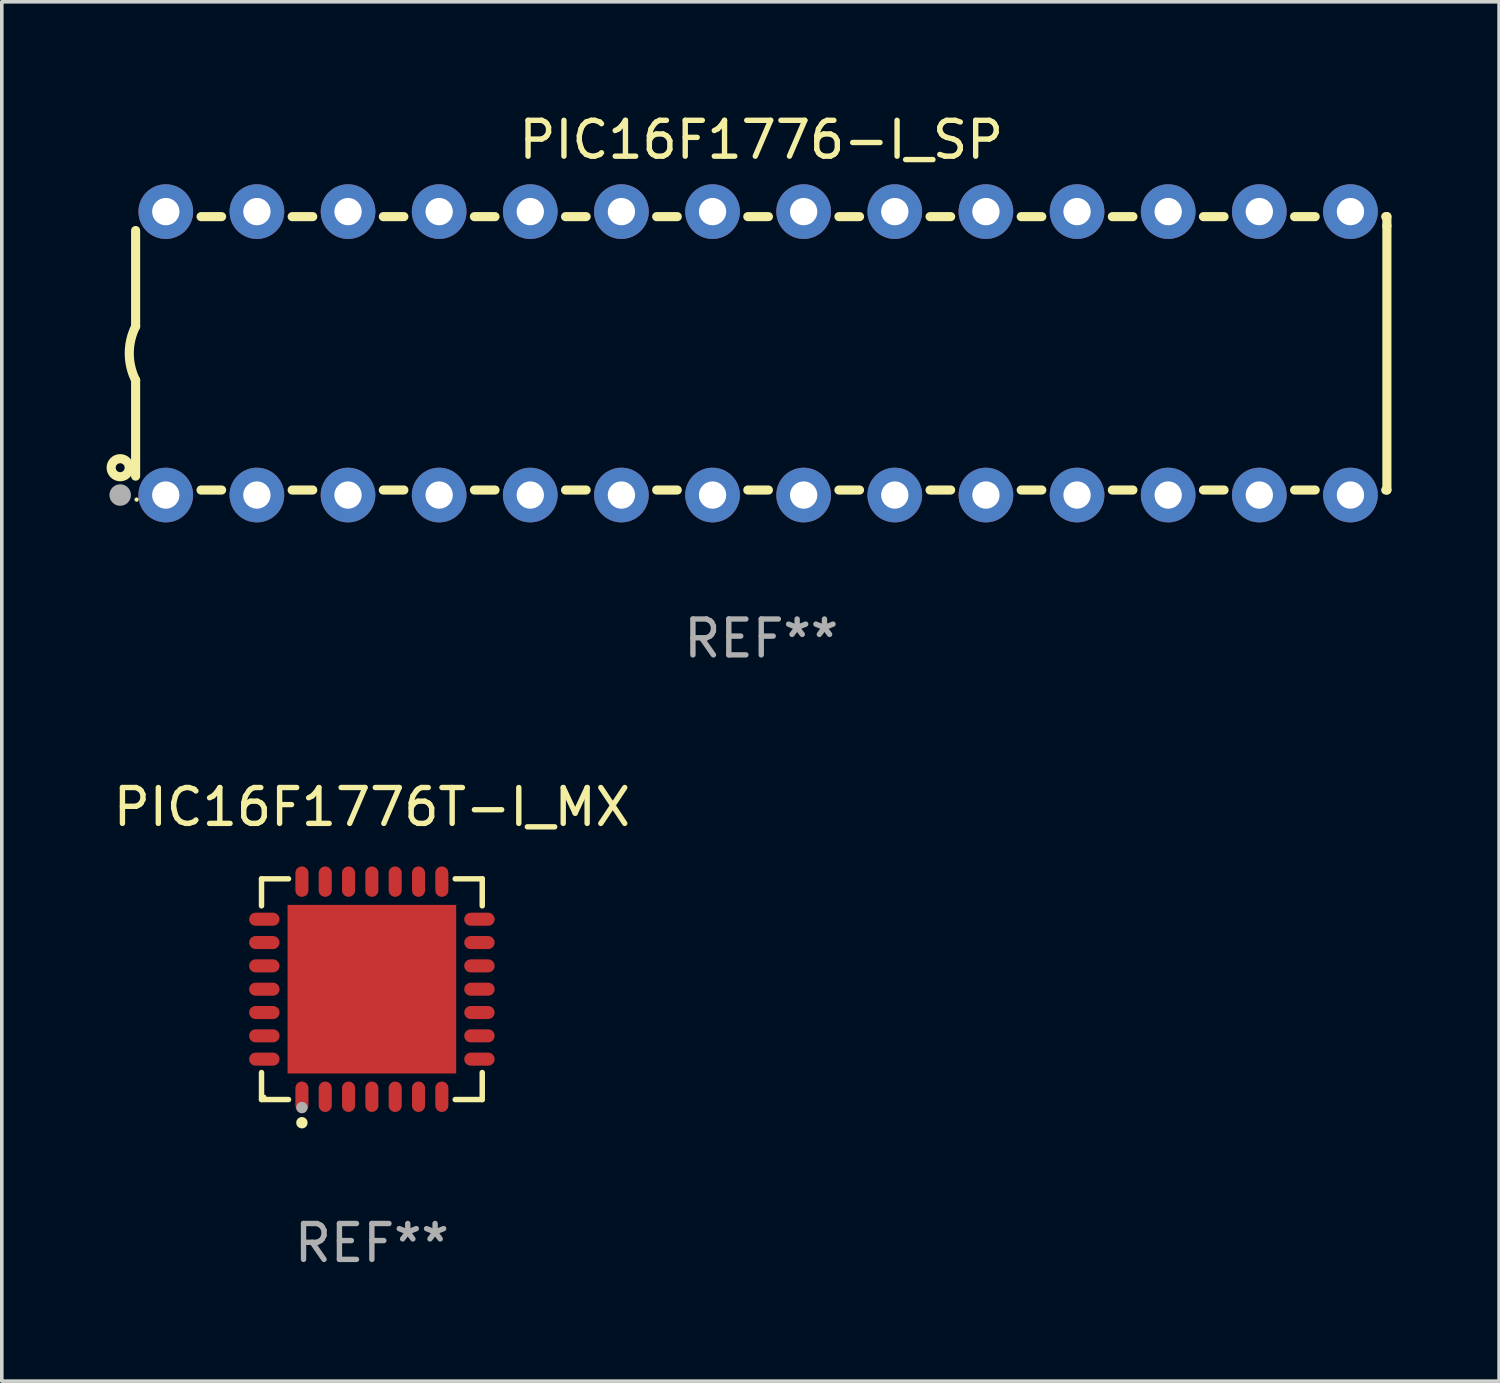
<source format=kicad_pcb>
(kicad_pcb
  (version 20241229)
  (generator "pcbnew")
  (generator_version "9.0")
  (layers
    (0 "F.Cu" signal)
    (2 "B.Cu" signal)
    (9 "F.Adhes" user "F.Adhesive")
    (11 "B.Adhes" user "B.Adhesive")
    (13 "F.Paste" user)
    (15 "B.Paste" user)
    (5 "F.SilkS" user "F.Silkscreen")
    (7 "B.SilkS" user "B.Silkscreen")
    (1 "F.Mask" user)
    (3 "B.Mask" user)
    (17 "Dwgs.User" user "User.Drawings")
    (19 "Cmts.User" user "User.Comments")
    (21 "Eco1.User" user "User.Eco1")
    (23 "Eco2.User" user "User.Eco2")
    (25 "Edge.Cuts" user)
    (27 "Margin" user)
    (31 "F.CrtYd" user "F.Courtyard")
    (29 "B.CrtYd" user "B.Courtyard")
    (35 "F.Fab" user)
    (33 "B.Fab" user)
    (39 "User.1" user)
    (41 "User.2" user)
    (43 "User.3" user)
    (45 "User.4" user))
  (footprint "PIC16F1776T-I_MX"
    (layer "F.Cu")
    (at 7.315 24.521)
    (property "Reference" "PIC16F1776T-I_MX" (at 0 -5.076 0) (layer "F.SilkS") (effects (font (size 1 1) (thickness 0.15))))
    (attr through_hole)
    (fp_line (start -3.076 -3.076) (end -2.323 -3.076) (stroke (width 0.152) (type solid)) (layer "F.SilkS"))
    (fp_line (start -3.076 -2.323) (end -3.076 -3.076) (stroke (width 0.152) (type solid)) (layer "F.SilkS"))
    (fp_line (start -3.076 2.323) (end -3.076 3.076) (stroke (width 0.152) (type solid)) (layer "F.SilkS"))
    (fp_line (start -3.076 3.076) (end -2.323 3.076) (stroke (width 0.152) (type solid)) (layer "F.SilkS"))
    (fp_line (start 3.076 -3.076) (end 2.323 -3.076) (stroke (width 0.152) (type solid)) (layer "F.SilkS"))
    (fp_line (start 3.076 -2.323) (end 3.076 -3.076) (stroke (width 0.152) (type solid)) (layer "F.SilkS"))
    (fp_line (start 3.076 2.323) (end 3.076 3.076) (stroke (width 0.152) (type solid)) (layer "F.SilkS"))
    (fp_line (start 3.076 3.076) (end 2.323 3.076) (stroke (width 0.152) (type solid)) (layer "F.SilkS"))
    (fp_circle (center -3 3) (end -2.97 3) (stroke (width 0.06) (type solid)) (fill no) (layer "F.SilkS"))
    (fp_circle (center -1.95 3.722) (end -1.87 3.722) (stroke (width 0.16) (type solid)) (fill no) (layer "F.SilkS"))
    (fp_circle (center -1.95 3.3) (end -1.87 3.3) (stroke (width 0.16) (type solid)) (fill no) (layer "F.Fab"))
    (fp_text user "REF**" (at 0 7.076 0) (layer "F.Fab") (effects (font (size 1 1) (thickness 0.15))))
    (pad "1" smd oval (at -1.95 2.998) (size 0.364 0.847) (layers "F.Cu" "F.Mask" "F.Paste"))
    (pad "2" smd oval (at -1.3 2.998) (size 0.364 0.847) (layers "F.Cu" "F.Mask" "F.Paste"))
    (pad "3" smd oval (at -0.65 2.998) (size 0.364 0.847) (layers "F.Cu" "F.Mask" "F.Paste"))
    (pad "4" smd oval (at 0 2.998) (size 0.364 0.847) (layers "F.Cu" "F.Mask" "F.Paste"))
    (pad "5" smd oval (at 0.65 2.998) (size 0.364 0.847) (layers "F.Cu" "F.Mask" "F.Paste"))
    (pad "6" smd oval (at 1.3 2.998) (size 0.364 0.847) (layers "F.Cu" "F.Mask" "F.Paste"))
    (pad "7" smd oval (at 1.95 2.998) (size 0.364 0.847) (layers "F.Cu" "F.Mask" "F.Paste"))
    (pad "8" smd oval (at 2.998 1.95) (size 0.847 0.364) (layers "F.Cu" "F.Mask" "F.Paste"))
    (pad "9" smd oval (at 2.998 1.3) (size 0.847 0.364) (layers "F.Cu" "F.Mask" "F.Paste"))
    (pad "10" smd oval (at 2.998 0.65) (size 0.847 0.364) (layers "F.Cu" "F.Mask" "F.Paste"))
    (pad "11" smd oval (at 2.998 0) (size 0.847 0.364) (layers "F.Cu" "F.Mask" "F.Paste"))
    (pad "12" smd oval (at 2.998 -0.65) (size 0.847 0.364) (layers "F.Cu" "F.Mask" "F.Paste"))
    (pad "13" smd oval (at 2.998 -1.3) (size 0.847 0.364) (layers "F.Cu" "F.Mask" "F.Paste"))
    (pad "14" smd oval (at 2.998 -1.95) (size 0.847 0.364) (layers "F.Cu" "F.Mask" "F.Paste"))
    (pad "15" smd oval (at 1.95 -2.998) (size 0.364 0.847) (layers "F.Cu" "F.Mask" "F.Paste"))
    (pad "16" smd oval (at 1.3 -2.998) (size 0.364 0.847) (layers "F.Cu" "F.Mask" "F.Paste"))
    (pad "17" smd oval (at 0.65 -2.998) (size 0.364 0.847) (layers "F.Cu" "F.Mask" "F.Paste"))
    (pad "18" smd oval (at 0 -2.998) (size 0.364 0.847) (layers "F.Cu" "F.Mask" "F.Paste"))
    (pad "19" smd oval (at -0.65 -2.998) (size 0.364 0.847) (layers "F.Cu" "F.Mask" "F.Paste"))
    (pad "20" smd oval (at -1.3 -2.998) (size 0.364 0.847) (layers "F.Cu" "F.Mask" "F.Paste"))
    (pad "21" smd oval (at -1.95 -2.998) (size 0.364 0.847) (layers "F.Cu" "F.Mask" "F.Paste"))
    (pad "22" smd oval (at -2.998 -1.95) (size 0.847 0.364) (layers "F.Cu" "F.Mask" "F.Paste"))
    (pad "23" smd oval (at -2.998 -1.3) (size 0.847 0.364) (layers "F.Cu" "F.Mask" "F.Paste"))
    (pad "24" smd oval (at -2.998 -0.65) (size 0.847 0.364) (layers "F.Cu" "F.Mask" "F.Paste"))
    (pad "25" smd oval (at -2.998 0) (size 0.847 0.364) (layers "F.Cu" "F.Mask" "F.Paste"))
    (pad "26" smd oval (at -2.998 0.65) (size 0.847 0.364) (layers "F.Cu" "F.Mask" "F.Paste"))
    (pad "27" smd oval (at -2.998 1.3) (size 0.847 0.364) (layers "F.Cu" "F.Mask" "F.Paste"))
    (pad "28" smd oval (at -2.998 1.95) (size 0.847 0.364) (layers "F.Cu" "F.Mask" "F.Paste"))
    (pad "29" smd rect (at 0 0) (size 4.7 4.7) (layers "F.Cu" "F.Mask" "F.Paste")))
  (footprint "PIC16F1776-I_SP"
    (layer "F.Cu")
    (at 18.168 6.798)
    (property "Reference" "PIC16F1776-I_SP" (at 0 -5.95 0) (layer "F.SilkS") (effects (font (size 1 1) (thickness 0.15))))
    (attr through_hole)
    (fp_line (start -17.438 0.75) (end -17.438 3.423) (stroke (width 0.254) (type solid)) (layer "F.SilkS"))
    (fp_line (start -17.438 -3.423) (end -17.438 -0.75) (stroke (width 0.254) (type solid)) (layer "F.SilkS"))
    (fp_line (start -15.615 3.81) (end -15.041 3.81) (stroke (width 0.254) (type solid)) (layer "F.SilkS"))
    (fp_line (start -15.041 -3.81) (end -15.614 -3.81) (stroke (width 0.254) (type solid)) (layer "F.SilkS"))
    (fp_line (start -13.075 3.81) (end -12.501 3.81) (stroke (width 0.254) (type solid)) (layer "F.SilkS"))
    (fp_line (start -12.501 -3.81) (end -13.074 -3.81) (stroke (width 0.254) (type solid)) (layer "F.SilkS"))
    (fp_line (start -10.535 3.81) (end -9.961 3.81) (stroke (width 0.254) (type solid)) (layer "F.SilkS"))
    (fp_line (start -9.961 -3.81) (end -10.534 -3.81) (stroke (width 0.254) (type solid)) (layer "F.SilkS"))
    (fp_line (start -7.995 3.81) (end -7.421 3.81) (stroke (width 0.254) (type solid)) (layer "F.SilkS"))
    (fp_line (start -7.421 -3.81) (end -7.995 -3.81) (stroke (width 0.254) (type solid)) (layer "F.SilkS"))
    (fp_line (start -5.455 3.81) (end -4.881 3.81) (stroke (width 0.254) (type solid)) (layer "F.SilkS"))
    (fp_line (start -4.881 -3.81) (end -5.455 -3.81) (stroke (width 0.254) (type solid)) (layer "F.SilkS"))
    (fp_line (start -2.915 3.81) (end -2.341 3.81) (stroke (width 0.254) (type solid)) (layer "F.SilkS"))
    (fp_line (start -2.341 -3.81) (end -2.915 -3.81) (stroke (width 0.254) (type solid)) (layer "F.SilkS"))
    (fp_line (start -0.375 3.81) (end 0.199 3.81) (stroke (width 0.254) (type solid)) (layer "F.SilkS"))
    (fp_line (start 0.199 -3.81) (end -0.375 -3.81) (stroke (width 0.254) (type solid)) (layer "F.SilkS"))
    (fp_line (start 2.165 3.81) (end 2.739 3.81) (stroke (width 0.254) (type solid)) (layer "F.SilkS"))
    (fp_line (start 2.739 -3.81) (end 2.165 -3.81) (stroke (width 0.254) (type solid)) (layer "F.SilkS"))
    (fp_line (start 4.705 3.81) (end 5.279 3.81) (stroke (width 0.254) (type solid)) (layer "F.SilkS"))
    (fp_line (start 5.279 -3.81) (end 4.705 -3.81) (stroke (width 0.254) (type solid)) (layer "F.SilkS"))
    (fp_line (start 7.245 3.81) (end 7.819 3.81) (stroke (width 0.254) (type solid)) (layer "F.SilkS"))
    (fp_line (start 7.819 -3.81) (end 7.245 -3.81) (stroke (width 0.254) (type solid)) (layer "F.SilkS"))
    (fp_line (start 9.785 3.81) (end 10.359 3.81) (stroke (width 0.254) (type solid)) (layer "F.SilkS"))
    (fp_line (start 10.359 -3.81) (end 9.785 -3.81) (stroke (width 0.254) (type solid)) (layer "F.SilkS"))
    (fp_line (start 12.325 3.81) (end 12.899 3.81) (stroke (width 0.254) (type solid)) (layer "F.SilkS"))
    (fp_line (start 12.899 -3.81) (end 12.325 -3.81) (stroke (width 0.254) (type solid)) (layer "F.SilkS"))
    (fp_line (start 14.865 3.81) (end 15.439 3.81) (stroke (width 0.254) (type solid)) (layer "F.SilkS"))
    (fp_line (start 15.439 -3.81) (end 14.865 -3.81) (stroke (width 0.254) (type solid)) (layer "F.SilkS"))
    (fp_line (start 17.405 3.81) (end 17.438 3.81) (stroke (width 0.254) (type solid)) (layer "F.SilkS"))
    (fp_line (start 17.438 -3.81) (end 17.405 -3.81) (stroke (width 0.254) (type solid)) (layer "F.SilkS"))
    (fp_line (start 17.438 -3.556) (end 17.438 -3.81) (stroke (width 0.254) (type solid)) (layer "F.SilkS"))
    (fp_line (start 17.438 3.81) (end 17.438 -3.556) (stroke (width 0.254) (type solid)) (layer "F.SilkS"))
    (fp_arc (start -17.437986 0.749657) (mid -17.614887 -0.000024) (end -17.437783 -0.749657) (stroke (width 0.254001) (type solid)) (layer "F.SilkS"))
    (fp_circle (center -17.868 3.188) (end -17.743 3.188) (stroke (width 0.254) (type solid)) (fill no) (layer "F.SilkS"))
    (fp_circle (center -17.411 4.077) (end -17.381 4.077) (stroke (width 0.06) (type solid)) (fill no) (layer "F.SilkS"))
    (fp_circle (center -17.868 3.95) (end -17.718 3.95) (stroke (width 0.3) (type solid)) (fill no) (layer "F.Fab"))
    (fp_text user "REF**" (at 0 7.95 0) (layer "F.Fab") (effects (font (size 1 1) (thickness 0.15))))
    (pad "1" thru_hole circle (at -16.598 3.95) (size 1.524 1.524) (drill 0.762) (layers "*.Cu" "*.Mask"))
    (pad "2" thru_hole circle (at -14.058 3.95) (size 1.524 1.524) (drill 0.762) (layers "*.Cu" "*.Mask"))
    (pad "3" thru_hole circle (at -11.518 3.95) (size 1.524 1.524) (drill 0.762) (layers "*.Cu" "*.Mask"))
    (pad "4" thru_hole circle (at -8.978 3.95) (size 1.524 1.524) (drill 0.762) (layers "*.Cu" "*.Mask"))
    (pad "5" thru_hole circle (at -6.438 3.95) (size 1.524 1.524) (drill 0.762) (layers "*.Cu" "*.Mask"))
    (pad "6" thru_hole circle (at -3.898 3.95) (size 1.524 1.524) (drill 0.762) (layers "*.Cu" "*.Mask"))
    (pad "7" thru_hole circle (at -1.358 3.95) (size 1.524 1.524) (drill 0.762) (layers "*.Cu" "*.Mask"))
    (pad "8" thru_hole circle (at 1.182 3.95) (size 1.524 1.524) (drill 0.762) (layers "*.Cu" "*.Mask"))
    (pad "9" thru_hole circle (at 3.722 3.95) (size 1.524 1.524) (drill 0.762) (layers "*.Cu" "*.Mask"))
    (pad "10" thru_hole circle (at 6.262 3.95) (size 1.524 1.524) (drill 0.762) (layers "*.Cu" "*.Mask"))
    (pad "11" thru_hole circle (at 8.802 3.95) (size 1.524 1.524) (drill 0.762) (layers "*.Cu" "*.Mask"))
    (pad "12" thru_hole circle (at 11.342 3.95) (size 1.524 1.524) (drill 0.762) (layers "*.Cu" "*.Mask"))
    (pad "13" thru_hole circle (at 13.882 3.95) (size 1.524 1.524) (drill 0.762) (layers "*.Cu" "*.Mask"))
    (pad "14" thru_hole circle (at 16.422 3.95) (size 1.524 1.524) (drill 0.762) (layers "*.Cu" "*.Mask"))
    (pad "15" thru_hole circle (at 16.422 -3.95) (size 1.524 1.524) (drill 0.762) (layers "*.Cu" "*.Mask"))
    (pad "16" thru_hole circle (at 13.882 -3.95) (size 1.524 1.524) (drill 0.762) (layers "*.Cu" "*.Mask"))
    (pad "17" thru_hole circle (at 11.342 -3.95) (size 1.524 1.524) (drill 0.762) (layers "*.Cu" "*.Mask"))
    (pad "18" thru_hole circle (at 8.802 -3.95) (size 1.524 1.524) (drill 0.762) (layers "*.Cu" "*.Mask"))
    (pad "19" thru_hole circle (at 6.262 -3.95) (size 1.524 1.524) (drill 0.762) (layers "*.Cu" "*.Mask"))
    (pad "20" thru_hole circle (at 3.722 -3.95) (size 1.524 1.524) (drill 0.762) (layers "*.Cu" "*.Mask"))
    (pad "21" thru_hole circle (at 1.182 -3.95) (size 1.524 1.524) (drill 0.762) (layers "*.Cu" "*.Mask"))
    (pad "22" thru_hole circle (at -1.358 -3.95) (size 1.524 1.524) (drill 0.762) (layers "*.Cu" "*.Mask"))
    (pad "23" thru_hole circle (at -3.898 -3.95) (size 1.524 1.524) (drill 0.762) (layers "*.Cu" "*.Mask"))
    (pad "24" thru_hole circle (at -6.438 -3.95) (size 1.524 1.524) (drill 0.762) (layers "*.Cu" "*.Mask"))
    (pad "25" thru_hole circle (at -8.978 -3.95) (size 1.524 1.524) (drill 0.762) (layers "*.Cu" "*.Mask"))
    (pad "26" thru_hole circle (at -11.517 -3.95) (size 1.524 1.524) (drill 0.762) (layers "*.Cu" "*.Mask"))
    (pad "27" thru_hole circle (at -14.057 -3.95) (size 1.524 1.524) (drill 0.762) (layers "*.Cu" "*.Mask"))
    (pad "28" thru_hole circle (at -16.597 -3.95) (size 1.524 1.524) (drill 0.762) (layers "*.Cu" "*.Mask")))
  (gr_rect
    (start -3 -3)
    (end 38.733 35.445)
    (stroke (width 0.1) (type default))
    (fill no)
    (layer "Edge.Cuts")))
</source>
